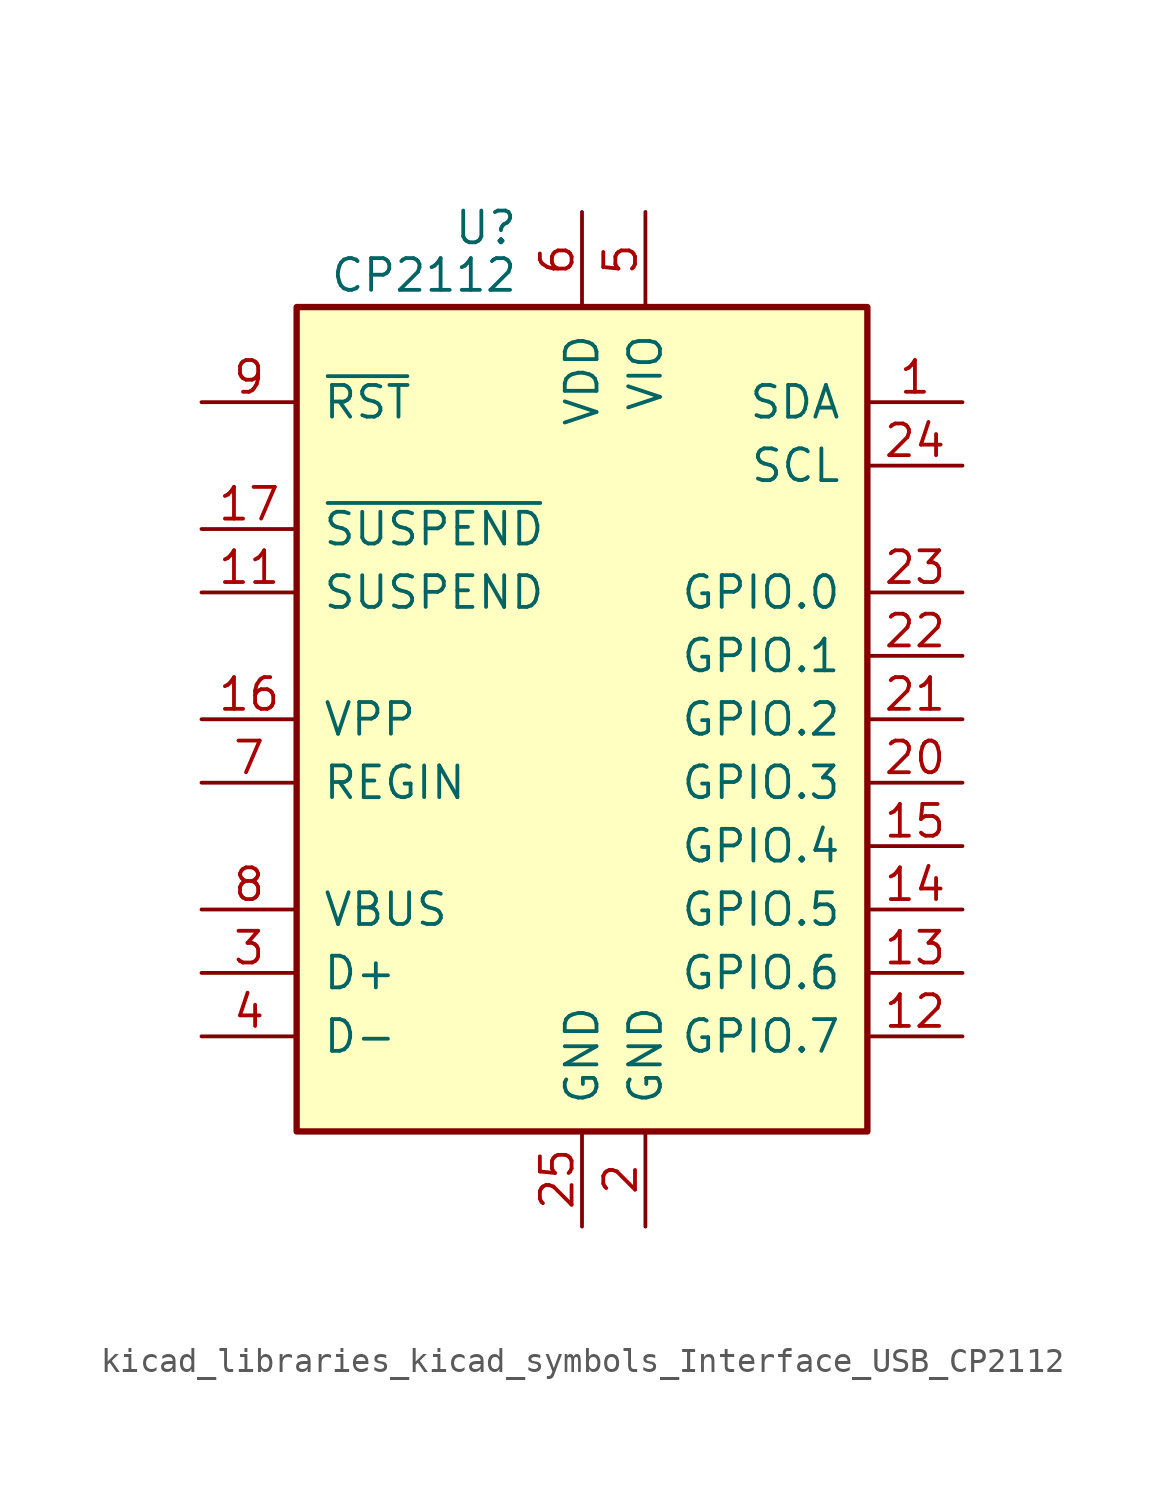
<source format=kicad_sym>
(kicad_symbol_lib
  (version 20220914)
  (generator kicad_symbol_editor)
  (symbol "kicad_libraries_kicad_symbols_Interface_USB_CP2112"
    (pin_names
      (offset 1.016))
    (property "Reference" "U"
      (at -2.54 19.685 0)
      (effects (font (size 1.27 1.27)) (justify right)))
    (property "Value" "CP2112"
      (at -2.54 17.78 0)
      (effects (font (size 1.27 1.27)) (justify right)))
    (symbol "kicad_libraries_kicad_symbols_Interface_USB_CP2112_0_1"
      (rectangle (start -11.43 16.51) (end 11.43 -16.51) (stroke (width 0.254) (type default)) (fill (type background))))
    (symbol "kicad_libraries_kicad_symbols_Interface_USB_CP2112_1_1"
      (pin bidirectional line (at 15.24 12.7 180) (length 3.81) (name "SDA" (effects (font (size 1.27 1.27)))) (number "1" (effects (font (size 1.27 1.27)))))
      (pin no_connect line (at 10.16 -16.51 90) (length 3.81) hide (name "NC" (effects (font (size 1.27 1.27)))) (number "10" (effects (font (size 1.27 1.27)))))
      (pin output line (at -15.24 5.08 0) (length 3.81) (name "SUSPEND" (effects (font (size 1.27 1.27)))) (number "11" (effects (font (size 1.27 1.27)))))
      (pin bidirectional line (at 15.24 -12.7 180) (length 3.81) (name "GPIO.7" (effects (font (size 1.27 1.27)))) (number "12" (effects (font (size 1.27 1.27)))))
      (pin bidirectional line (at 15.24 -10.16 180) (length 3.81) (name "GPIO.6" (effects (font (size 1.27 1.27)))) (number "13" (effects (font (size 1.27 1.27)))))
      (pin bidirectional line (at 15.24 -7.62 180) (length 3.81) (name "GPIO.5" (effects (font (size 1.27 1.27)))) (number "14" (effects (font (size 1.27 1.27)))))
      (pin bidirectional line (at 15.24 -5.08 180) (length 3.81) (name "GPIO.4" (effects (font (size 1.27 1.27)))) (number "15" (effects (font (size 1.27 1.27)))))
      (pin power_in line (at -15.24 0 0) (length 3.81) (name "VPP" (effects (font (size 1.27 1.27)))) (number "16" (effects (font (size 1.27 1.27)))))
      (pin output line (at -15.24 7.62 0) (length 3.81) (name "~{SUSPEND}" (effects (font (size 1.27 1.27)))) (number "17" (effects (font (size 1.27 1.27)))))
      (pin no_connect line (at 5.08 -16.51 90) (length 3.81) hide (name "NC" (effects (font (size 1.27 1.27)))) (number "18" (effects (font (size 1.27 1.27)))))
      (pin no_connect line (at 7.62 -16.51 90) (length 3.81) hide (name "NC" (effects (font (size 1.27 1.27)))) (number "19" (effects (font (size 1.27 1.27)))))
      (pin power_in line (at 2.54 -20.32 90) (length 3.81) (name "GND" (effects (font (size 1.27 1.27)))) (number "2" (effects (font (size 1.27 1.27)))))
      (pin bidirectional line (at 15.24 -2.54 180) (length 3.81) (name "GPIO.3" (effects (font (size 1.27 1.27)))) (number "20" (effects (font (size 1.27 1.27)))))
      (pin bidirectional line (at 15.24 0 180) (length 3.81) (name "GPIO.2" (effects (font (size 1.27 1.27)))) (number "21" (effects (font (size 1.27 1.27)))))
      (pin bidirectional line (at 15.24 2.54 180) (length 3.81) (name "GPIO.1" (effects (font (size 1.27 1.27)))) (number "22" (effects (font (size 1.27 1.27)))))
      (pin bidirectional line (at 15.24 5.08 180) (length 3.81) (name "GPIO.0" (effects (font (size 1.27 1.27)))) (number "23" (effects (font (size 1.27 1.27)))))
      (pin output line (at 15.24 10.16 180) (length 3.81) (name "SCL" (effects (font (size 1.27 1.27)))) (number "24" (effects (font (size 1.27 1.27)))))
      (pin power_in line (at 0 -20.32 90) (length 3.81) (name "GND" (effects (font (size 1.27 1.27)))) (number "25" (effects (font (size 1.27 1.27)))))
      (pin bidirectional line (at -15.24 -10.16 0) (length 3.81) (name "D+" (effects (font (size 1.27 1.27)))) (number "3" (effects (font (size 1.27 1.27)))))
      (pin bidirectional line (at -15.24 -12.7 0) (length 3.81) (name "D-" (effects (font (size 1.27 1.27)))) (number "4" (effects (font (size 1.27 1.27)))))
      (pin power_in line (at 2.54 20.32 270) (length 3.81) (name "VIO" (effects (font (size 1.27 1.27)))) (number "5" (effects (font (size 1.27 1.27)))))
      (pin power_in line (at 0 20.32 270) (length 3.81) (name "VDD" (effects (font (size 1.27 1.27)))) (number "6" (effects (font (size 1.27 1.27)))))
      (pin power_in line (at -15.24 -2.54 0) (length 3.81) (name "REGIN" (effects (font (size 1.27 1.27)))) (number "7" (effects (font (size 1.27 1.27)))))
      (pin input line (at -15.24 -7.62 0) (length 3.81) (name "VBUS" (effects (font (size 1.27 1.27)))) (number "8" (effects (font (size 1.27 1.27)))))
      (pin input line (at -15.24 12.7 0) (length 3.81) (name "~{RST}" (effects (font (size 1.27 1.27)))) (number "9" (effects (font (size 1.27 1.27))))))))
</source>
